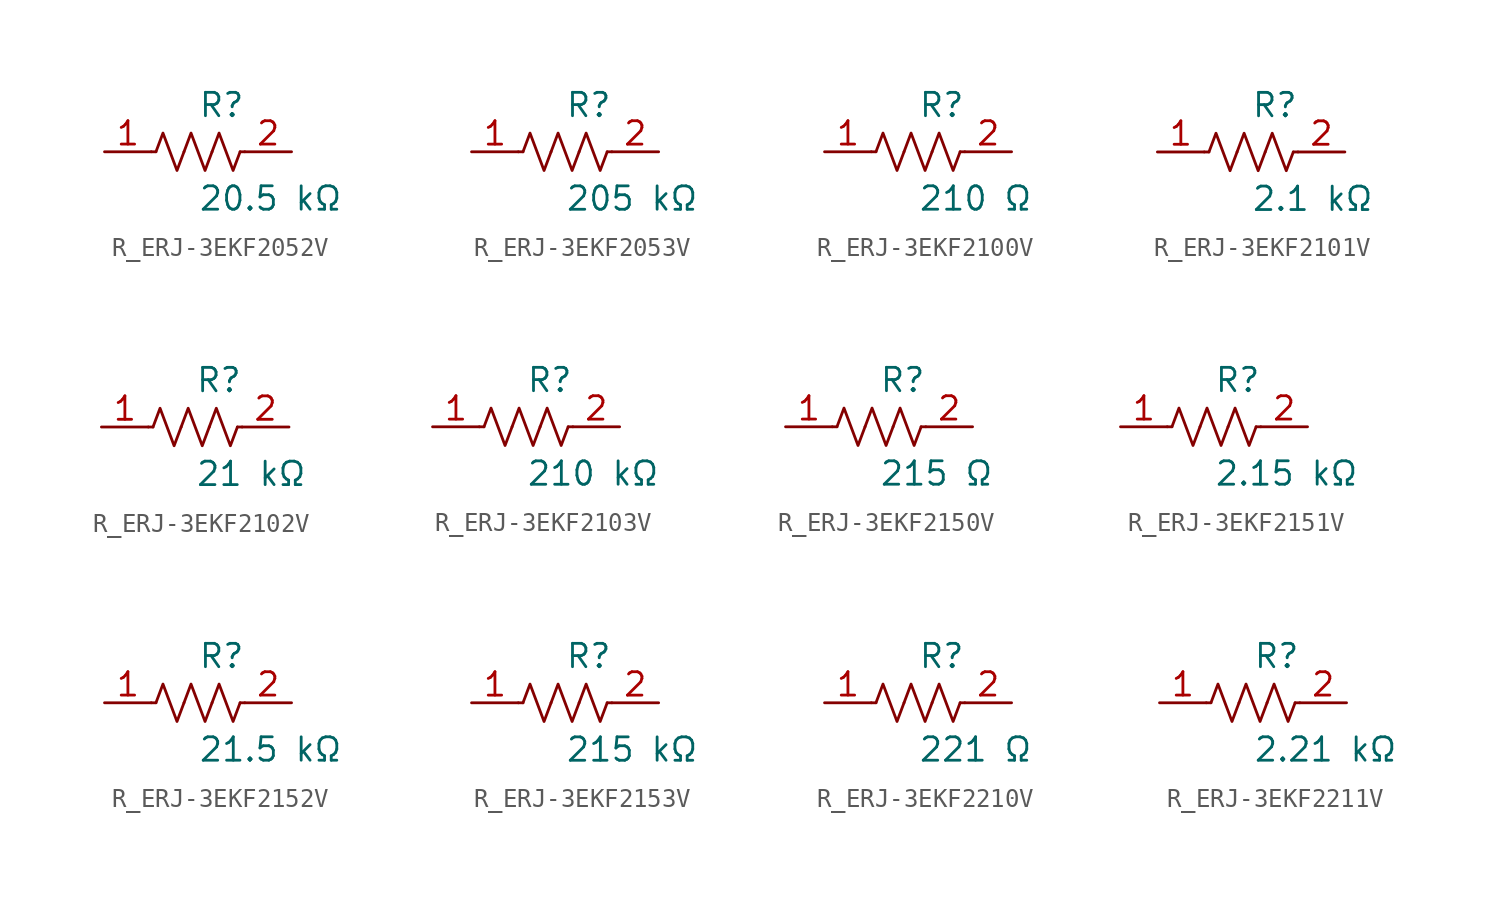
<source format=kicad_sym>
(kicad_symbol_lib
  (version 20231120)
  (generator "kicad_symbol_editor")
  (generator_version "8.0")
  (symbol "R_ERJ-3EKF2052V"
    (pin_names
      (offset 0.254))
    (property "Reference" "R"
      (at 0 2.54 0)
      (effects (font (size 1.27 1.27)) (justify left)))
    (property "Value" "20.5 kΩ"
      (at 0 -2.54 0)
      (effects (font (size 1.27 1.27)) (justify left)))
    (symbol "R_ERJ-3EKF2052V_0_1"
      (polyline (pts (xy 2.286 0) (xy 2.54 0)) (stroke (width 0) (type default)) (fill (type none)))
      (polyline (pts (xy -2.286 0) (xy -2.54 0)) (stroke (width 0) (type default)) (fill (type none)))
      (polyline (pts (xy 0.762 0) (xy 1.143 1.016) (xy 1.524 0) (xy 1.905 -1.016) (xy 2.286 0)) (stroke (width 0) (type default)) (fill (type none)))
      (polyline (pts (xy -0.762 0) (xy -0.381 1.016) (xy 0 0) (xy 0.381 -1.016) (xy 0.762 0)) (stroke (width 0) (type default)) (fill (type none)))
      (polyline (pts (xy -2.286 0) (xy -1.905 1.016) (xy -1.524 0) (xy -1.143 -1.016) (xy -0.762 0)) (stroke (width 0) (type default)) (fill (type none))))
    (pin unspecified line
      (at -5.08 0 0)
      (length 2.54)
      (name "" (effects (font (size 1.27 1.27))))
      (number "1" (effects (font (size 1.27 1.27)))))
    (pin unspecified line
      (at 5.08 0 180)
      (length 2.54)
      (name "" (effects (font (size 1.27 1.27))))
      (number "2" (effects (font (size 1.27 1.27))))))
  (symbol "R_ERJ-3EKF2053V"
    (pin_names
      (offset 0.254))
    (property "Reference" "R"
      (at 0 2.54 0)
      (effects (font (size 1.27 1.27)) (justify left)))
    (property "Value" "205 kΩ"
      (at 0 -2.54 0)
      (effects (font (size 1.27 1.27)) (justify left)))
    (symbol "R_ERJ-3EKF2053V_0_1"
      (polyline (pts (xy 2.286 0) (xy 2.54 0)) (stroke (width 0) (type default)) (fill (type none)))
      (polyline (pts (xy -2.286 0) (xy -2.54 0)) (stroke (width 0) (type default)) (fill (type none)))
      (polyline (pts (xy 0.762 0) (xy 1.143 1.016) (xy 1.524 0) (xy 1.905 -1.016) (xy 2.286 0)) (stroke (width 0) (type default)) (fill (type none)))
      (polyline (pts (xy -0.762 0) (xy -0.381 1.016) (xy 0 0) (xy 0.381 -1.016) (xy 0.762 0)) (stroke (width 0) (type default)) (fill (type none)))
      (polyline (pts (xy -2.286 0) (xy -1.905 1.016) (xy -1.524 0) (xy -1.143 -1.016) (xy -0.762 0)) (stroke (width 0) (type default)) (fill (type none))))
    (pin unspecified line
      (at -5.08 0 0)
      (length 2.54)
      (name "" (effects (font (size 1.27 1.27))))
      (number "1" (effects (font (size 1.27 1.27)))))
    (pin unspecified line
      (at 5.08 0 180)
      (length 2.54)
      (name "" (effects (font (size 1.27 1.27))))
      (number "2" (effects (font (size 1.27 1.27))))))
  (symbol "R_ERJ-3EKF2100V"
    (pin_names
      (offset 0.254))
    (property "Reference" "R"
      (at 0 2.54 0)
      (effects (font (size 1.27 1.27)) (justify left)))
    (property "Value" "210 Ω"
      (at 0 -2.54 0)
      (effects (font (size 1.27 1.27)) (justify left)))
    (symbol "R_ERJ-3EKF2100V_0_1"
      (polyline (pts (xy 2.286 0) (xy 2.54 0)) (stroke (width 0) (type default)) (fill (type none)))
      (polyline (pts (xy -2.286 0) (xy -2.54 0)) (stroke (width 0) (type default)) (fill (type none)))
      (polyline (pts (xy 0.762 0) (xy 1.143 1.016) (xy 1.524 0) (xy 1.905 -1.016) (xy 2.286 0)) (stroke (width 0) (type default)) (fill (type none)))
      (polyline (pts (xy -0.762 0) (xy -0.381 1.016) (xy 0 0) (xy 0.381 -1.016) (xy 0.762 0)) (stroke (width 0) (type default)) (fill (type none)))
      (polyline (pts (xy -2.286 0) (xy -1.905 1.016) (xy -1.524 0) (xy -1.143 -1.016) (xy -0.762 0)) (stroke (width 0) (type default)) (fill (type none))))
    (pin unspecified line
      (at -5.08 0 0)
      (length 2.54)
      (name "" (effects (font (size 1.27 1.27))))
      (number "1" (effects (font (size 1.27 1.27)))))
    (pin unspecified line
      (at 5.08 0 180)
      (length 2.54)
      (name "" (effects (font (size 1.27 1.27))))
      (number "2" (effects (font (size 1.27 1.27))))))
  (symbol "R_ERJ-3EKF2101V"
    (pin_names
      (offset 0.254))
    (property "Reference" "R"
      (at 0 2.54 0)
      (effects (font (size 1.27 1.27)) (justify left)))
    (property "Value" "2.1 kΩ"
      (at 0 -2.54 0)
      (effects (font (size 1.27 1.27)) (justify left)))
    (symbol "R_ERJ-3EKF2101V_0_1"
      (polyline (pts (xy 2.286 0) (xy 2.54 0)) (stroke (width 0) (type default)) (fill (type none)))
      (polyline (pts (xy -2.286 0) (xy -2.54 0)) (stroke (width 0) (type default)) (fill (type none)))
      (polyline (pts (xy 0.762 0) (xy 1.143 1.016) (xy 1.524 0) (xy 1.905 -1.016) (xy 2.286 0)) (stroke (width 0) (type default)) (fill (type none)))
      (polyline (pts (xy -0.762 0) (xy -0.381 1.016) (xy 0 0) (xy 0.381 -1.016) (xy 0.762 0)) (stroke (width 0) (type default)) (fill (type none)))
      (polyline (pts (xy -2.286 0) (xy -1.905 1.016) (xy -1.524 0) (xy -1.143 -1.016) (xy -0.762 0)) (stroke (width 0) (type default)) (fill (type none))))
    (pin unspecified line
      (at -5.08 0 0)
      (length 2.54)
      (name "" (effects (font (size 1.27 1.27))))
      (number "1" (effects (font (size 1.27 1.27)))))
    (pin unspecified line
      (at 5.08 0 180)
      (length 2.54)
      (name "" (effects (font (size 1.27 1.27))))
      (number "2" (effects (font (size 1.27 1.27))))))
  (symbol "R_ERJ-3EKF2102V"
    (pin_names
      (offset 0.254))
    (property "Reference" "R"
      (at 0 2.54 0)
      (effects (font (size 1.27 1.27)) (justify left)))
    (property "Value" "21 kΩ"
      (at 0 -2.54 0)
      (effects (font (size 1.27 1.27)) (justify left)))
    (symbol "R_ERJ-3EKF2102V_0_1"
      (polyline (pts (xy 2.286 0) (xy 2.54 0)) (stroke (width 0) (type default)) (fill (type none)))
      (polyline (pts (xy -2.286 0) (xy -2.54 0)) (stroke (width 0) (type default)) (fill (type none)))
      (polyline (pts (xy 0.762 0) (xy 1.143 1.016) (xy 1.524 0) (xy 1.905 -1.016) (xy 2.286 0)) (stroke (width 0) (type default)) (fill (type none)))
      (polyline (pts (xy -0.762 0) (xy -0.381 1.016) (xy 0 0) (xy 0.381 -1.016) (xy 0.762 0)) (stroke (width 0) (type default)) (fill (type none)))
      (polyline (pts (xy -2.286 0) (xy -1.905 1.016) (xy -1.524 0) (xy -1.143 -1.016) (xy -0.762 0)) (stroke (width 0) (type default)) (fill (type none))))
    (pin unspecified line
      (at -5.08 0 0)
      (length 2.54)
      (name "" (effects (font (size 1.27 1.27))))
      (number "1" (effects (font (size 1.27 1.27)))))
    (pin unspecified line
      (at 5.08 0 180)
      (length 2.54)
      (name "" (effects (font (size 1.27 1.27))))
      (number "2" (effects (font (size 1.27 1.27))))))
  (symbol "R_ERJ-3EKF2103V"
    (pin_names
      (offset 0.254))
    (property "Reference" "R"
      (at 0 2.54 0)
      (effects (font (size 1.27 1.27)) (justify left)))
    (property "Value" "210 kΩ"
      (at 0 -2.54 0)
      (effects (font (size 1.27 1.27)) (justify left)))
    (symbol "R_ERJ-3EKF2103V_0_1"
      (polyline (pts (xy 2.286 0) (xy 2.54 0)) (stroke (width 0) (type default)) (fill (type none)))
      (polyline (pts (xy -2.286 0) (xy -2.54 0)) (stroke (width 0) (type default)) (fill (type none)))
      (polyline (pts (xy 0.762 0) (xy 1.143 1.016) (xy 1.524 0) (xy 1.905 -1.016) (xy 2.286 0)) (stroke (width 0) (type default)) (fill (type none)))
      (polyline (pts (xy -0.762 0) (xy -0.381 1.016) (xy 0 0) (xy 0.381 -1.016) (xy 0.762 0)) (stroke (width 0) (type default)) (fill (type none)))
      (polyline (pts (xy -2.286 0) (xy -1.905 1.016) (xy -1.524 0) (xy -1.143 -1.016) (xy -0.762 0)) (stroke (width 0) (type default)) (fill (type none))))
    (pin unspecified line
      (at -5.08 0 0)
      (length 2.54)
      (name "" (effects (font (size 1.27 1.27))))
      (number "1" (effects (font (size 1.27 1.27)))))
    (pin unspecified line
      (at 5.08 0 180)
      (length 2.54)
      (name "" (effects (font (size 1.27 1.27))))
      (number "2" (effects (font (size 1.27 1.27))))))
  (symbol "R_ERJ-3EKF2150V"
    (pin_names
      (offset 0.254))
    (property "Reference" "R"
      (at 0 2.54 0)
      (effects (font (size 1.27 1.27)) (justify left)))
    (property "Value" "215 Ω"
      (at 0 -2.54 0)
      (effects (font (size 1.27 1.27)) (justify left)))
    (symbol "R_ERJ-3EKF2150V_0_1"
      (polyline (pts (xy 2.286 0) (xy 2.54 0)) (stroke (width 0) (type default)) (fill (type none)))
      (polyline (pts (xy -2.286 0) (xy -2.54 0)) (stroke (width 0) (type default)) (fill (type none)))
      (polyline (pts (xy 0.762 0) (xy 1.143 1.016) (xy 1.524 0) (xy 1.905 -1.016) (xy 2.286 0)) (stroke (width 0) (type default)) (fill (type none)))
      (polyline (pts (xy -0.762 0) (xy -0.381 1.016) (xy 0 0) (xy 0.381 -1.016) (xy 0.762 0)) (stroke (width 0) (type default)) (fill (type none)))
      (polyline (pts (xy -2.286 0) (xy -1.905 1.016) (xy -1.524 0) (xy -1.143 -1.016) (xy -0.762 0)) (stroke (width 0) (type default)) (fill (type none))))
    (pin unspecified line
      (at -5.08 0 0)
      (length 2.54)
      (name "" (effects (font (size 1.27 1.27))))
      (number "1" (effects (font (size 1.27 1.27)))))
    (pin unspecified line
      (at 5.08 0 180)
      (length 2.54)
      (name "" (effects (font (size 1.27 1.27))))
      (number "2" (effects (font (size 1.27 1.27))))))
  (symbol "R_ERJ-3EKF2151V"
    (pin_names
      (offset 0.254))
    (property "Reference" "R"
      (at 0 2.54 0)
      (effects (font (size 1.27 1.27)) (justify left)))
    (property "Value" "2.15 kΩ"
      (at 0 -2.54 0)
      (effects (font (size 1.27 1.27)) (justify left)))
    (symbol "R_ERJ-3EKF2151V_0_1"
      (polyline (pts (xy 2.286 0) (xy 2.54 0)) (stroke (width 0) (type default)) (fill (type none)))
      (polyline (pts (xy -2.286 0) (xy -2.54 0)) (stroke (width 0) (type default)) (fill (type none)))
      (polyline (pts (xy 0.762 0) (xy 1.143 1.016) (xy 1.524 0) (xy 1.905 -1.016) (xy 2.286 0)) (stroke (width 0) (type default)) (fill (type none)))
      (polyline (pts (xy -0.762 0) (xy -0.381 1.016) (xy 0 0) (xy 0.381 -1.016) (xy 0.762 0)) (stroke (width 0) (type default)) (fill (type none)))
      (polyline (pts (xy -2.286 0) (xy -1.905 1.016) (xy -1.524 0) (xy -1.143 -1.016) (xy -0.762 0)) (stroke (width 0) (type default)) (fill (type none))))
    (pin unspecified line
      (at -5.08 0 0)
      (length 2.54)
      (name "" (effects (font (size 1.27 1.27))))
      (number "1" (effects (font (size 1.27 1.27)))))
    (pin unspecified line
      (at 5.08 0 180)
      (length 2.54)
      (name "" (effects (font (size 1.27 1.27))))
      (number "2" (effects (font (size 1.27 1.27))))))
  (symbol "R_ERJ-3EKF2152V"
    (pin_names
      (offset 0.254))
    (property "Reference" "R"
      (at 0 2.54 0)
      (effects (font (size 1.27 1.27)) (justify left)))
    (property "Value" "21.5 kΩ"
      (at 0 -2.54 0)
      (effects (font (size 1.27 1.27)) (justify left)))
    (symbol "R_ERJ-3EKF2152V_0_1"
      (polyline (pts (xy 2.286 0) (xy 2.54 0)) (stroke (width 0) (type default)) (fill (type none)))
      (polyline (pts (xy -2.286 0) (xy -2.54 0)) (stroke (width 0) (type default)) (fill (type none)))
      (polyline (pts (xy 0.762 0) (xy 1.143 1.016) (xy 1.524 0) (xy 1.905 -1.016) (xy 2.286 0)) (stroke (width 0) (type default)) (fill (type none)))
      (polyline (pts (xy -0.762 0) (xy -0.381 1.016) (xy 0 0) (xy 0.381 -1.016) (xy 0.762 0)) (stroke (width 0) (type default)) (fill (type none)))
      (polyline (pts (xy -2.286 0) (xy -1.905 1.016) (xy -1.524 0) (xy -1.143 -1.016) (xy -0.762 0)) (stroke (width 0) (type default)) (fill (type none))))
    (pin unspecified line
      (at -5.08 0 0)
      (length 2.54)
      (name "" (effects (font (size 1.27 1.27))))
      (number "1" (effects (font (size 1.27 1.27)))))
    (pin unspecified line
      (at 5.08 0 180)
      (length 2.54)
      (name "" (effects (font (size 1.27 1.27))))
      (number "2" (effects (font (size 1.27 1.27))))))
  (symbol "R_ERJ-3EKF2153V"
    (pin_names
      (offset 0.254))
    (property "Reference" "R"
      (at 0 2.54 0)
      (effects (font (size 1.27 1.27)) (justify left)))
    (property "Value" "215 kΩ"
      (at 0 -2.54 0)
      (effects (font (size 1.27 1.27)) (justify left)))
    (symbol "R_ERJ-3EKF2153V_0_1"
      (polyline (pts (xy 2.286 0) (xy 2.54 0)) (stroke (width 0) (type default)) (fill (type none)))
      (polyline (pts (xy -2.286 0) (xy -2.54 0)) (stroke (width 0) (type default)) (fill (type none)))
      (polyline (pts (xy 0.762 0) (xy 1.143 1.016) (xy 1.524 0) (xy 1.905 -1.016) (xy 2.286 0)) (stroke (width 0) (type default)) (fill (type none)))
      (polyline (pts (xy -0.762 0) (xy -0.381 1.016) (xy 0 0) (xy 0.381 -1.016) (xy 0.762 0)) (stroke (width 0) (type default)) (fill (type none)))
      (polyline (pts (xy -2.286 0) (xy -1.905 1.016) (xy -1.524 0) (xy -1.143 -1.016) (xy -0.762 0)) (stroke (width 0) (type default)) (fill (type none))))
    (pin unspecified line
      (at -5.08 0 0)
      (length 2.54)
      (name "" (effects (font (size 1.27 1.27))))
      (number "1" (effects (font (size 1.27 1.27)))))
    (pin unspecified line
      (at 5.08 0 180)
      (length 2.54)
      (name "" (effects (font (size 1.27 1.27))))
      (number "2" (effects (font (size 1.27 1.27))))))
  (symbol "R_ERJ-3EKF2210V"
    (pin_names
      (offset 0.254))
    (property "Reference" "R"
      (at 0 2.54 0)
      (effects (font (size 1.27 1.27)) (justify left)))
    (property "Value" "221 Ω"
      (at 0 -2.54 0)
      (effects (font (size 1.27 1.27)) (justify left)))
    (symbol "R_ERJ-3EKF2210V_0_1"
      (polyline (pts (xy 2.286 0) (xy 2.54 0)) (stroke (width 0) (type default)) (fill (type none)))
      (polyline (pts (xy -2.286 0) (xy -2.54 0)) (stroke (width 0) (type default)) (fill (type none)))
      (polyline (pts (xy 0.762 0) (xy 1.143 1.016) (xy 1.524 0) (xy 1.905 -1.016) (xy 2.286 0)) (stroke (width 0) (type default)) (fill (type none)))
      (polyline (pts (xy -0.762 0) (xy -0.381 1.016) (xy 0 0) (xy 0.381 -1.016) (xy 0.762 0)) (stroke (width 0) (type default)) (fill (type none)))
      (polyline (pts (xy -2.286 0) (xy -1.905 1.016) (xy -1.524 0) (xy -1.143 -1.016) (xy -0.762 0)) (stroke (width 0) (type default)) (fill (type none))))
    (pin unspecified line
      (at -5.08 0 0)
      (length 2.54)
      (name "" (effects (font (size 1.27 1.27))))
      (number "1" (effects (font (size 1.27 1.27)))))
    (pin unspecified line
      (at 5.08 0 180)
      (length 2.54)
      (name "" (effects (font (size 1.27 1.27))))
      (number "2" (effects (font (size 1.27 1.27))))))
  (symbol "R_ERJ-3EKF2211V"
    (pin_names
      (offset 0.254))
    (property "Reference" "R"
      (at 0 2.54 0)
      (effects (font (size 1.27 1.27)) (justify left)))
    (property "Value" "2.21 kΩ"
      (at 0 -2.54 0)
      (effects (font (size 1.27 1.27)) (justify left)))
    (symbol "R_ERJ-3EKF2211V_0_1"
      (polyline (pts (xy 2.286 0) (xy 2.54 0)) (stroke (width 0) (type default)) (fill (type none)))
      (polyline (pts (xy -2.286 0) (xy -2.54 0)) (stroke (width 0) (type default)) (fill (type none)))
      (polyline (pts (xy 0.762 0) (xy 1.143 1.016) (xy 1.524 0) (xy 1.905 -1.016) (xy 2.286 0)) (stroke (width 0) (type default)) (fill (type none)))
      (polyline (pts (xy -0.762 0) (xy -0.381 1.016) (xy 0 0) (xy 0.381 -1.016) (xy 0.762 0)) (stroke (width 0) (type default)) (fill (type none)))
      (polyline (pts (xy -2.286 0) (xy -1.905 1.016) (xy -1.524 0) (xy -1.143 -1.016) (xy -0.762 0)) (stroke (width 0) (type default)) (fill (type none))))
    (pin unspecified line
      (at -5.08 0 0)
      (length 2.54)
      (name "" (effects (font (size 1.27 1.27))))
      (number "1" (effects (font (size 1.27 1.27)))))
    (pin unspecified line
      (at 5.08 0 180)
      (length 2.54)
      (name "" (effects (font (size 1.27 1.27))))
      (number "2" (effects (font (size 1.27 1.27)))))))
</source>
